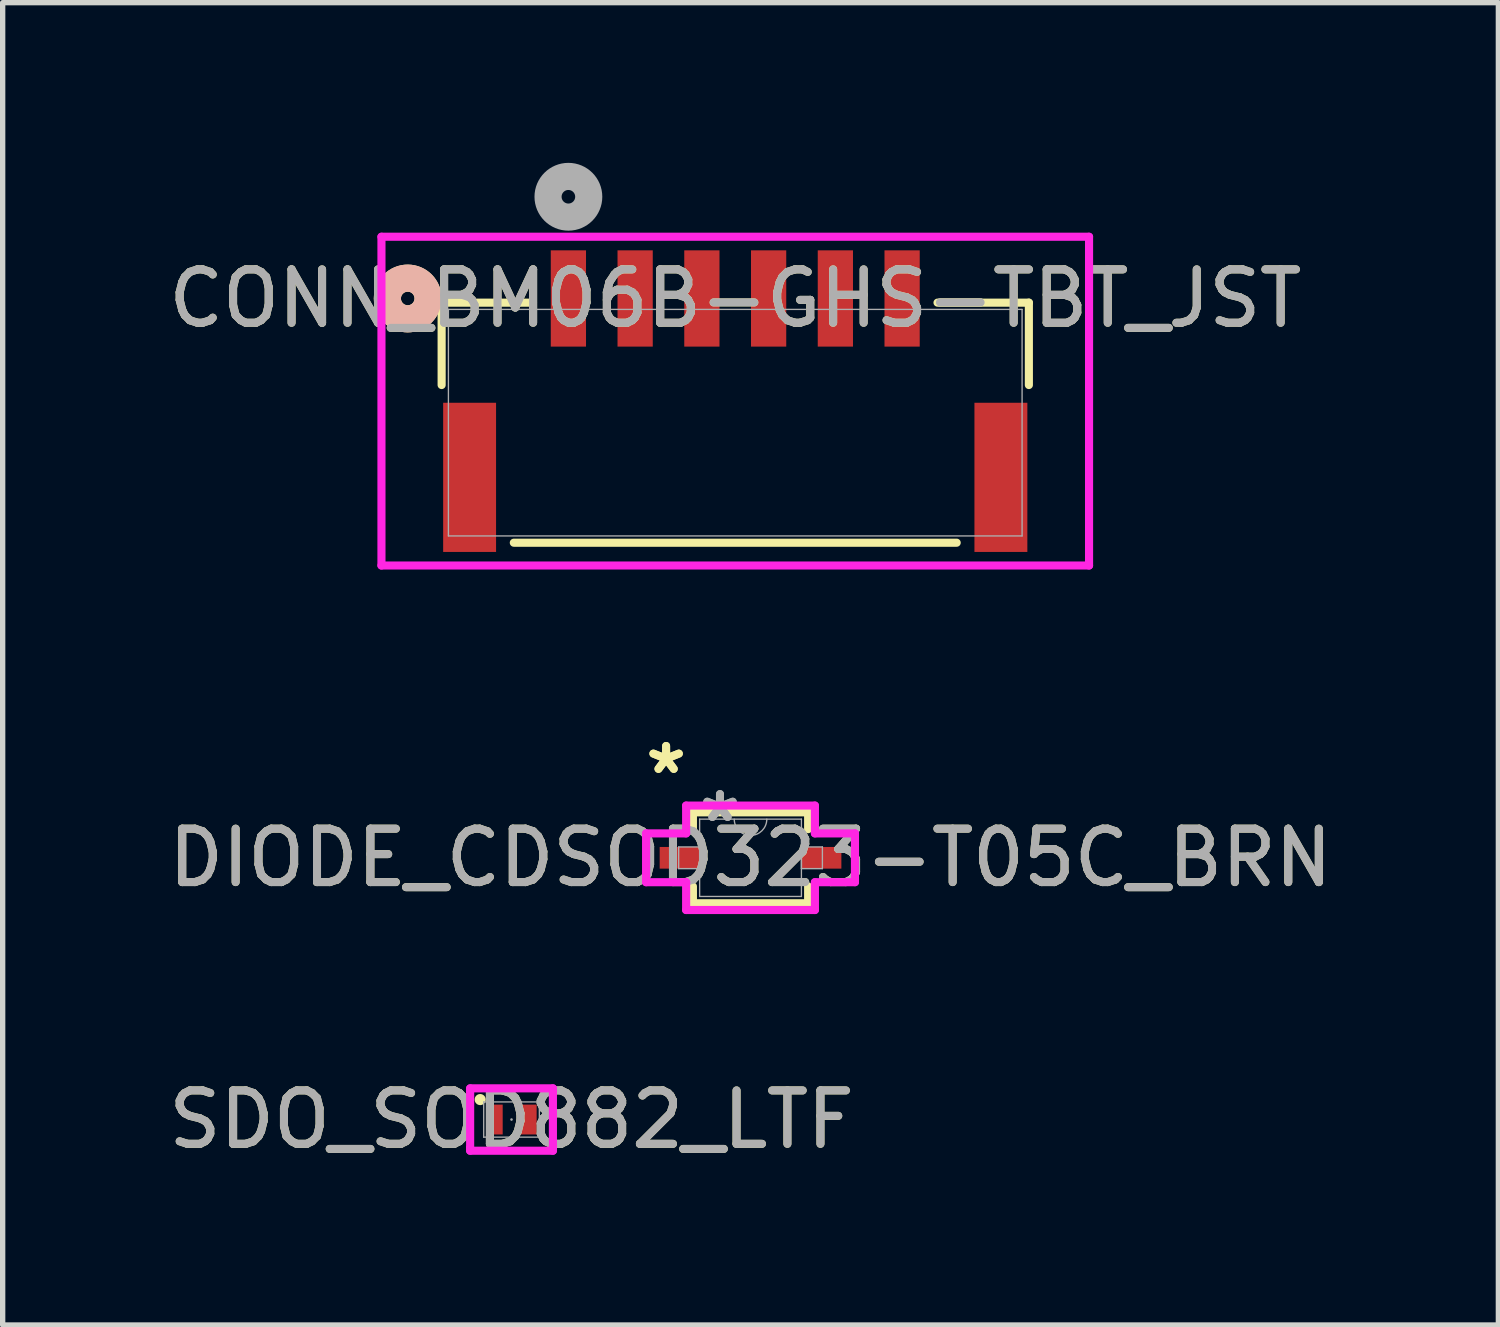
<source format=kicad_pcb>
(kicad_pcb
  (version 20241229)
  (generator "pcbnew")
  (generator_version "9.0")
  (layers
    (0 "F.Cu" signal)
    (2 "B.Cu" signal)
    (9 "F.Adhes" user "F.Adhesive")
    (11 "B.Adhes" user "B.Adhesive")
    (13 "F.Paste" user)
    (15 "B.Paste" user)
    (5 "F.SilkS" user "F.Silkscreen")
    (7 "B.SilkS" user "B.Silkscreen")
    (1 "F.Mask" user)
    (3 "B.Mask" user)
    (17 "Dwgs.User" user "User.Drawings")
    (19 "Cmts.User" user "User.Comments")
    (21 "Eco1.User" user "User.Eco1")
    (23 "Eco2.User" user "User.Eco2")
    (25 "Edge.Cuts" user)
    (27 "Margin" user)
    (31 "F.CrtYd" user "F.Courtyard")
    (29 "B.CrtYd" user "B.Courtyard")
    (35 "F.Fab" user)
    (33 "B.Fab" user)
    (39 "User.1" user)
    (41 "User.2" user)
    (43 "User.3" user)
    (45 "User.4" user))
  (footprint "SDO_SOD882_LTF"
    (layer "F.Cu")
    (at 6.53 17.917)
    (property "Reference" "SDO_SOD882_LTF" (at 0 0 0) (unlocked yes) (layer "F.SilkS") (effects (font (size 1 1) (thickness 0.15))))
    (attr smd)
    (fp_circle (center -0.587 -0.374) (end -0.533 -0.374) (stroke (width 0.1) (type solid)) (fill yes) (layer "F.SilkS"))
    (fp_line (start -0.775 -0.584) (end 0.775 -0.584) (stroke (width 0.152) (type solid)) (layer "F.CrtYd"))
    (fp_line (start -0.775 -0.533) (end -0.775 -0.584) (stroke (width 0.152) (type solid)) (layer "F.CrtYd"))
    (fp_line (start -0.775 -0.533) (end -0.775 -0.533) (stroke (width 0.152) (type solid)) (layer "F.CrtYd"))
    (fp_line (start -0.775 0.533) (end -0.775 -0.533) (stroke (width 0.152) (type solid)) (layer "F.CrtYd"))
    (fp_line (start -0.775 0.533) (end -0.775 0.533) (stroke (width 0.152) (type solid)) (layer "F.CrtYd"))
    (fp_line (start -0.775 0.584) (end -0.775 0.533) (stroke (width 0.152) (type solid)) (layer "F.CrtYd"))
    (fp_line (start 0.775 -0.584) (end 0.775 -0.533) (stroke (width 0.152) (type solid)) (layer "F.CrtYd"))
    (fp_line (start 0.775 -0.533) (end 0.775 -0.533) (stroke (width 0.152) (type solid)) (layer "F.CrtYd"))
    (fp_line (start 0.775 -0.533) (end 0.775 0.533) (stroke (width 0.152) (type solid)) (layer "F.CrtYd"))
    (fp_line (start 0.775 0.533) (end 0.775 0.533) (stroke (width 0.152) (type solid)) (layer "F.CrtYd"))
    (fp_line (start 0.775 0.533) (end 0.775 0.584) (stroke (width 0.152) (type solid)) (layer "F.CrtYd"))
    (fp_line (start 0.775 0.584) (end -0.775 0.584) (stroke (width 0.152) (type solid)) (layer "F.CrtYd"))
    (fp_line (start -0.521 -0.33) (end -0.521 0.33) (stroke (width 0.025) (type solid)) (layer "F.Fab"))
    (fp_line (start -0.521 0.33) (end 0.521 0.33) (stroke (width 0.025) (type solid)) (layer "F.Fab"))
    (fp_line (start 0.521 -0.33) (end -0.521 -0.33) (stroke (width 0.025) (type solid)) (layer "F.Fab"))
    (fp_line (start 0.521 0.33) (end 0.521 -0.33) (stroke (width 0.025) (type solid)) (layer "F.Fab"))
    (fp_circle (center 0 0) (end 0 0) (stroke (width 0.025) (type solid)) (fill no) (layer "F.Fab"))
    (fp_text user "${REFERENCE}" (at 0 0 0) (unlocked yes) (layer "F.Fab") (effects (font (size 1 1) (thickness 0.15))))
    (pad "1" smd rect (at -0.318 0) (size 0.305 0.559) (layers "F.Cu" "F.Mask" "F.Paste"))
    (pad "2" smd rect (at 0.318 0) (size 0.305 0.559) (layers "F.Cu" "F.Mask" "F.Paste")))
  (footprint "DIODE_CDSOD323-T05C_BRN"
    (layer "F.Cu")
    (at 11.006 13.015)
    (property "Reference" "DIODE_CDSOD323-T05C_BRN" (at 0 0 0) (unlocked yes) (layer "F.SilkS") (effects (font (size 1 1) (thickness 0.15))))
    (attr smd)
    (fp_line (start -1.079 -0.851) (end -1.079 -0.536) (stroke (width 0.152) (type solid)) (layer "F.SilkS"))
    (fp_line (start -1.079 0.536) (end -1.079 0.851) (stroke (width 0.152) (type solid)) (layer "F.SilkS"))
    (fp_line (start -1.079 0.851) (end 1.079 0.851) (stroke (width 0.152) (type solid)) (layer "F.SilkS"))
    (fp_line (start 1.079 -0.851) (end -1.079 -0.851) (stroke (width 0.152) (type solid)) (layer "F.SilkS"))
    (fp_line (start 1.079 -0.536) (end 1.079 -0.851) (stroke (width 0.152) (type solid)) (layer "F.SilkS"))
    (fp_line (start 1.079 0.851) (end 1.079 0.536) (stroke (width 0.152) (type solid)) (layer "F.SilkS"))
    (fp_line (start -1.956 -0.457) (end -1.206 -0.457) (stroke (width 0.152) (type solid)) (layer "F.CrtYd"))
    (fp_line (start -1.956 0.457) (end -1.956 -0.457) (stroke (width 0.152) (type solid)) (layer "F.CrtYd"))
    (fp_line (start -1.956 0.457) (end -1.206 0.457) (stroke (width 0.152) (type solid)) (layer "F.CrtYd"))
    (fp_line (start -1.206 -0.978) (end 1.206 -0.978) (stroke (width 0.152) (type solid)) (layer "F.CrtYd"))
    (fp_line (start -1.206 -0.457) (end -1.206 -0.978) (stroke (width 0.152) (type solid)) (layer "F.CrtYd"))
    (fp_line (start -1.206 0.978) (end -1.206 0.457) (stroke (width 0.152) (type solid)) (layer "F.CrtYd"))
    (fp_line (start 1.206 -0.978) (end 1.206 -0.457) (stroke (width 0.152) (type solid)) (layer "F.CrtYd"))
    (fp_line (start 1.206 0.457) (end 1.206 0.978) (stroke (width 0.152) (type solid)) (layer "F.CrtYd"))
    (fp_line (start 1.206 0.978) (end -1.206 0.978) (stroke (width 0.152) (type solid)) (layer "F.CrtYd"))
    (fp_line (start 1.956 -0.457) (end 1.206 -0.457) (stroke (width 0.152) (type solid)) (layer "F.CrtYd"))
    (fp_line (start 1.956 -0.457) (end 1.956 0.457) (stroke (width 0.152) (type solid)) (layer "F.CrtYd"))
    (fp_line (start 1.956 0.457) (end 1.206 0.457) (stroke (width 0.152) (type solid)) (layer "F.CrtYd"))
    (fp_line (start -1.346 -0.203) (end -1.346 0.203) (stroke (width 0.025) (type solid)) (layer "F.Fab"))
    (fp_line (start -1.346 0.203) (end -0.953 0.203) (stroke (width 0.025) (type solid)) (layer "F.Fab"))
    (fp_line (start -0.953 -0.724) (end -0.953 0.724) (stroke (width 0.025) (type solid)) (layer "F.Fab"))
    (fp_line (start -0.953 -0.203) (end -1.346 -0.203) (stroke (width 0.025) (type solid)) (layer "F.Fab"))
    (fp_line (start -0.953 0.203) (end -0.953 -0.203) (stroke (width 0.025) (type solid)) (layer "F.Fab"))
    (fp_line (start -0.953 0.724) (end 0.953 0.724) (stroke (width 0.025) (type solid)) (layer "F.Fab"))
    (fp_line (start 0.953 -0.724) (end -0.953 -0.724) (stroke (width 0.025) (type solid)) (layer "F.Fab"))
    (fp_line (start 0.953 -0.203) (end 0.953 0.203) (stroke (width 0.025) (type solid)) (layer "F.Fab"))
    (fp_line (start 0.953 0.203) (end 1.346 0.203) (stroke (width 0.025) (type solid)) (layer "F.Fab"))
    (fp_line (start 0.953 0.724) (end 0.953 -0.724) (stroke (width 0.025) (type solid)) (layer "F.Fab"))
    (fp_line (start 1.346 -0.203) (end 0.953 -0.203) (stroke (width 0.025) (type solid)) (layer "F.Fab"))
    (fp_line (start 1.346 0.203) (end 1.346 -0.203) (stroke (width 0.025) (type solid)) (layer "F.Fab"))
    (fp_arc (start 0.3048 -0.7239) (mid 0 -0.4191) (end -0.3048 -0.7239) (stroke (width 0.0254) (type solid)) (layer "F.Fab"))
    (fp_text user "*" (at -1.581 -1.549 0) (layer "F.SilkS") (effects (font (size 1 1) (thickness 0.15))))
    (fp_text user "*" (at -1.581 -1.549 0) (unlocked yes) (layer "F.SilkS") (effects (font (size 1 1) (thickness 0.15))))
    (fp_text user "${REFERENCE}" (at 0 0 0) (unlocked yes) (layer "F.Fab") (effects (font (size 1 1) (thickness 0.15))))
    (fp_text user "*" (at -0.572 -0.648 0) (layer "F.Fab") (effects (font (size 1 1) (thickness 0.15))))
    (fp_text user "*" (at -0.572 -0.648 0) (unlocked yes) (layer "F.Fab") (effects (font (size 1 1) (thickness 0.15))))
    (pad "1" smd rect (at -1.327 0) (size 0.749 0.406) (layers "F.Cu" "F.Mask" "F.Paste"))
    (pad "2" smd rect (at 1.327 0) (size 0.749 0.406) (layers "F.Cu" "F.Mask" "F.Paste")))
  (footprint "CONN_BM06B-GHS-TBT_JST"
    (layer "F.Cu")
    (at 10.72 4.866)
    (property "Reference" "CONN_BM06B-GHS-TBT_JST" (at 0 -2.326 0) (unlocked yes) (layer "F.SilkS") (effects (font (size 1 1) (thickness 0.15))))
    (attr smd)
    (fp_line (start -5.499 -2.248) (end -5.499 -0.705) (stroke (width 0.152) (type solid)) (layer "F.SilkS"))
    (fp_line (start -4.147 2.248) (end 4.147 2.248) (stroke (width 0.152) (type solid)) (layer "F.SilkS"))
    (fp_line (start -3.788 -2.248) (end -5.499 -2.248) (stroke (width 0.152) (type solid)) (layer "F.SilkS"))
    (fp_line (start 5.499 -2.248) (end 3.788 -2.248) (stroke (width 0.152) (type solid)) (layer "F.SilkS"))
    (fp_line (start 5.499 -0.705) (end 5.499 -2.248) (stroke (width 0.152) (type solid)) (layer "F.SilkS"))
    (fp_circle (center -6.134 -2.326) (end -5.753 -2.326) (stroke (width 0.508) (type solid)) (fill no) (layer "F.SilkS"))
    (fp_circle (center -6.134 -2.326) (end -5.753 -2.326) (stroke (width 0.508) (type solid)) (fill no) (layer "B.SilkS"))
    (fp_line (start -6.626 -3.482) (end -6.626 2.675) (stroke (width 0.152) (type solid)) (layer "F.CrtYd"))
    (fp_line (start -6.626 2.675) (end 6.626 2.675) (stroke (width 0.152) (type solid)) (layer "F.CrtYd"))
    (fp_line (start 6.626 -3.482) (end -6.626 -3.482) (stroke (width 0.152) (type solid)) (layer "F.CrtYd"))
    (fp_line (start 6.626 2.675) (end 6.626 -3.482) (stroke (width 0.152) (type solid)) (layer "F.CrtYd"))
    (fp_line (start -5.372 -2.121) (end -5.372 2.121) (stroke (width 0.025) (type solid)) (layer "F.Fab"))
    (fp_line (start -5.372 2.121) (end 5.372 2.121) (stroke (width 0.025) (type solid)) (layer "F.Fab"))
    (fp_line (start 5.372 -2.121) (end -5.372 -2.121) (stroke (width 0.025) (type solid)) (layer "F.Fab"))
    (fp_line (start 5.372 2.121) (end 5.372 -2.121) (stroke (width 0.025) (type solid)) (layer "F.Fab"))
    (fp_circle (center -3.125 -4.231) (end -2.744 -4.231) (stroke (width 0.508) (type solid)) (fill no) (layer "F.Fab"))
    (fp_text user "${REFERENCE}" (at 0 -2.326 0) (unlocked yes) (layer "F.Fab") (effects (font (size 1 1) (thickness 0.15))))
    (pad "1" smd rect (at 3.125 -2.326) (size 0.66 1.803) (layers "F.Cu" "F.Mask" "F.Paste"))
    (pad "2" smd rect (at 1.875 -2.326) (size 0.66 1.803) (layers "F.Cu" "F.Mask" "F.Paste"))
    (pad "3" smd rect (at 0.625 -2.326) (size 0.66 1.803) (layers "F.Cu" "F.Mask" "F.Paste"))
    (pad "4" smd rect (at -0.625 -2.326) (size 0.66 1.803) (layers "F.Cu" "F.Mask" "F.Paste"))
    (pad "5" smd rect (at -1.875 -2.326) (size 0.66 1.803) (layers "F.Cu" "F.Mask" "F.Paste"))
    (pad "6" smd rect (at -3.125 -2.326) (size 0.66 1.803) (layers "F.Cu" "F.Mask" "F.Paste"))
    (pad "7" smd rect (at -4.975 1.024 90) (size 2.794 0.991) (layers "F.Cu" "F.Mask" "F.Paste"))
    (pad "8" smd rect (at 4.975 1.024 90) (size 2.794 0.991) (layers "F.Cu" "F.Mask" "F.Paste")))
  (gr_rect
    (start -3 -3)
    (end 25.012 21.765)
    (stroke (width 0.1) (type default))
    (fill no)
    (layer "Edge.Cuts")))
</source>
